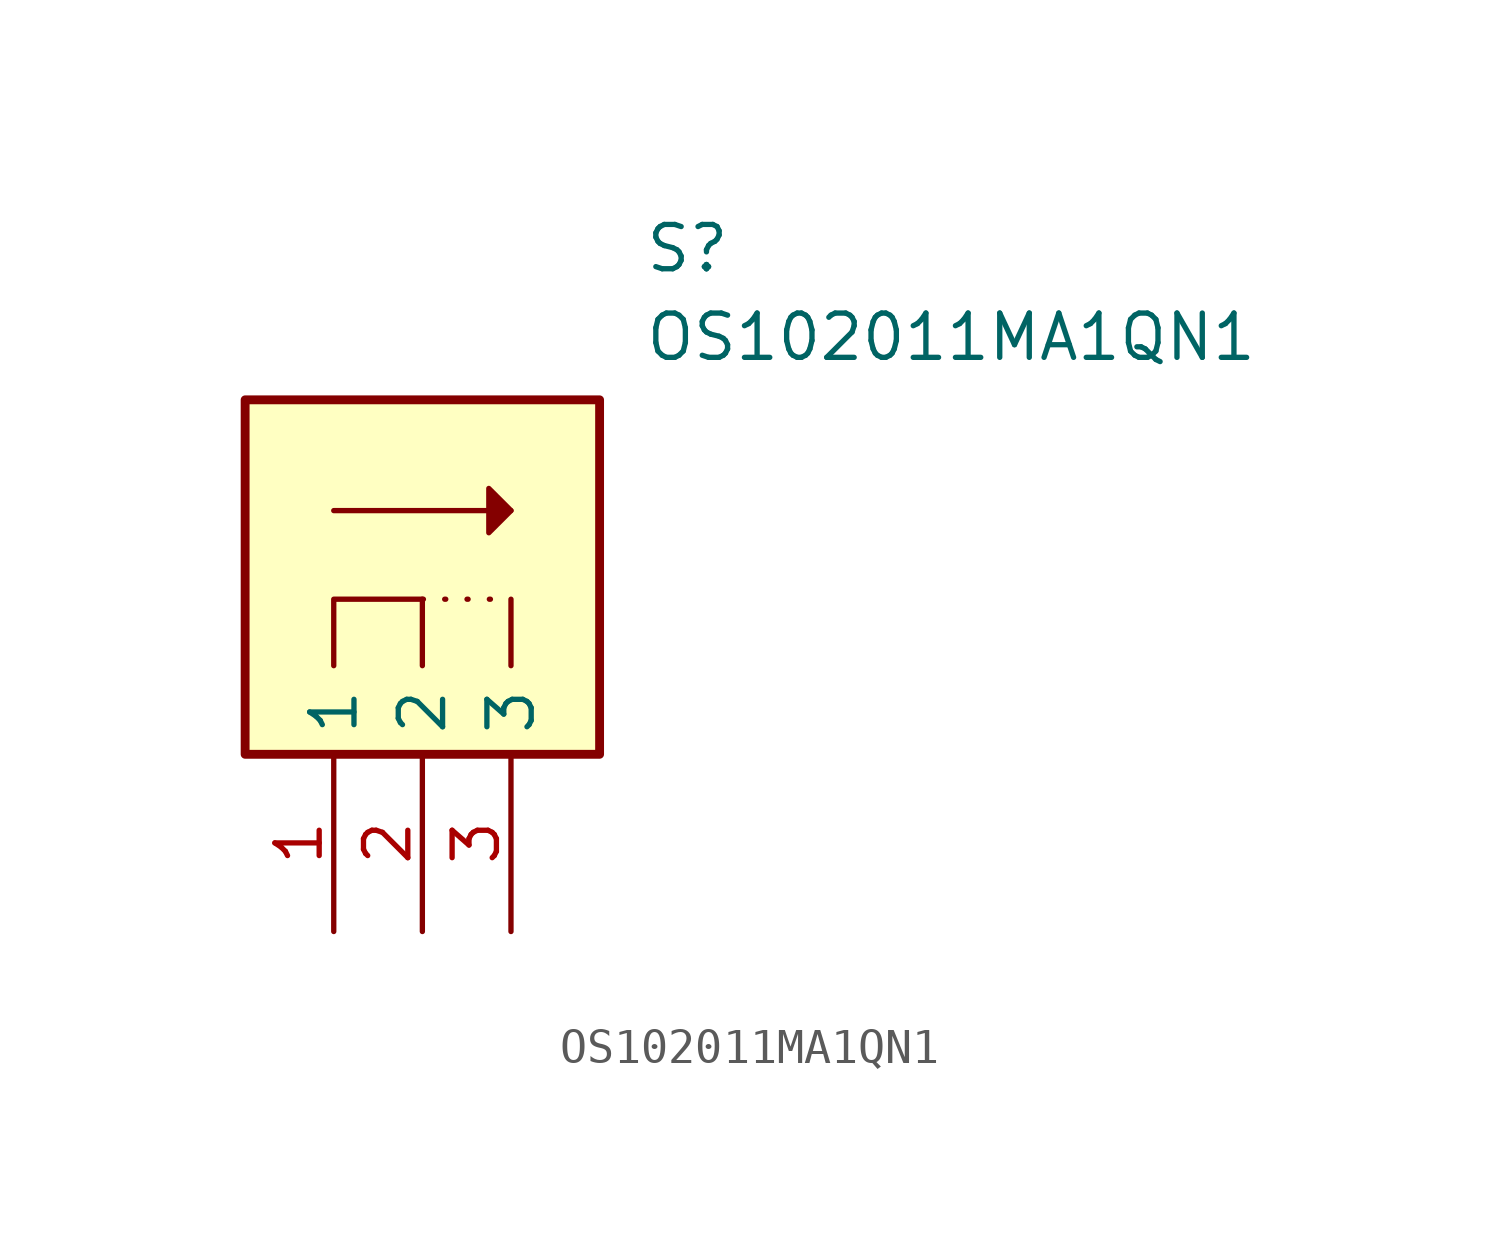
<source format=kicad_sym>
(kicad_symbol_lib
  (version 20220914)
  (generator kicad_symbol_editor)
  (symbol "OS102011MA1QN1"
    (property "Reference" "S"
      (at 8.89 20.32 0)
      (effects (font (size 1.27 1.27)) (justify left top)))
    (property "Value" "OS102011MA1QN1"
      (at 8.89 17.78 0)
      (effects (font (size 1.27 1.27)) (justify left top)))
    (symbol "OS102011MA1QN1_0_1"
      (polyline (pts (xy 5.08 7.62) (xy 5.08 9.525)) (stroke (width 0) (type default)) (fill (type none)))
      (polyline (pts (xy 0 7.62) (xy 0 9.525) (xy 2.54 9.525) (xy 2.54 7.62)) (stroke (width 0) (type default)) (fill (type none))))
    (symbol "OS102011MA1QN1_1_1"
      (rectangle (start -2.54 15.24) (end 7.62 5.08) (stroke (width 0.254) (type default)) (fill (type background)))
      (polyline (pts (xy 2.54 9.525) (xy 5.08 9.525)) (stroke (width 0) (type dot)) (fill (type none)))
      (polyline (pts (xy 5.08 12.065) (xy 0 12.065)) (stroke (width 0) (type default)) (fill (type none)))
      (polyline (pts (xy 5.08 12.065) (xy 4.445 12.7) (xy 4.445 11.43) (xy 5.08 12.065)) (stroke (width 0) (type default)) (fill (type outline)))
      (pin passive line (at 0 0 90) (length 5.08) (name "1" (effects (font (size 1.27 1.27)))) (number "1" (effects (font (size 1.27 1.27)))))
      (pin passive line (at 2.54 0 90) (length 5.08) (name "2" (effects (font (size 1.27 1.27)))) (number "2" (effects (font (size 1.27 1.27)))))
      (pin passive line (at 5.08 0 90) (length 5.08) (name "3" (effects (font (size 1.27 1.27)))) (number "3" (effects (font (size 1.27 1.27))))))))
</source>
